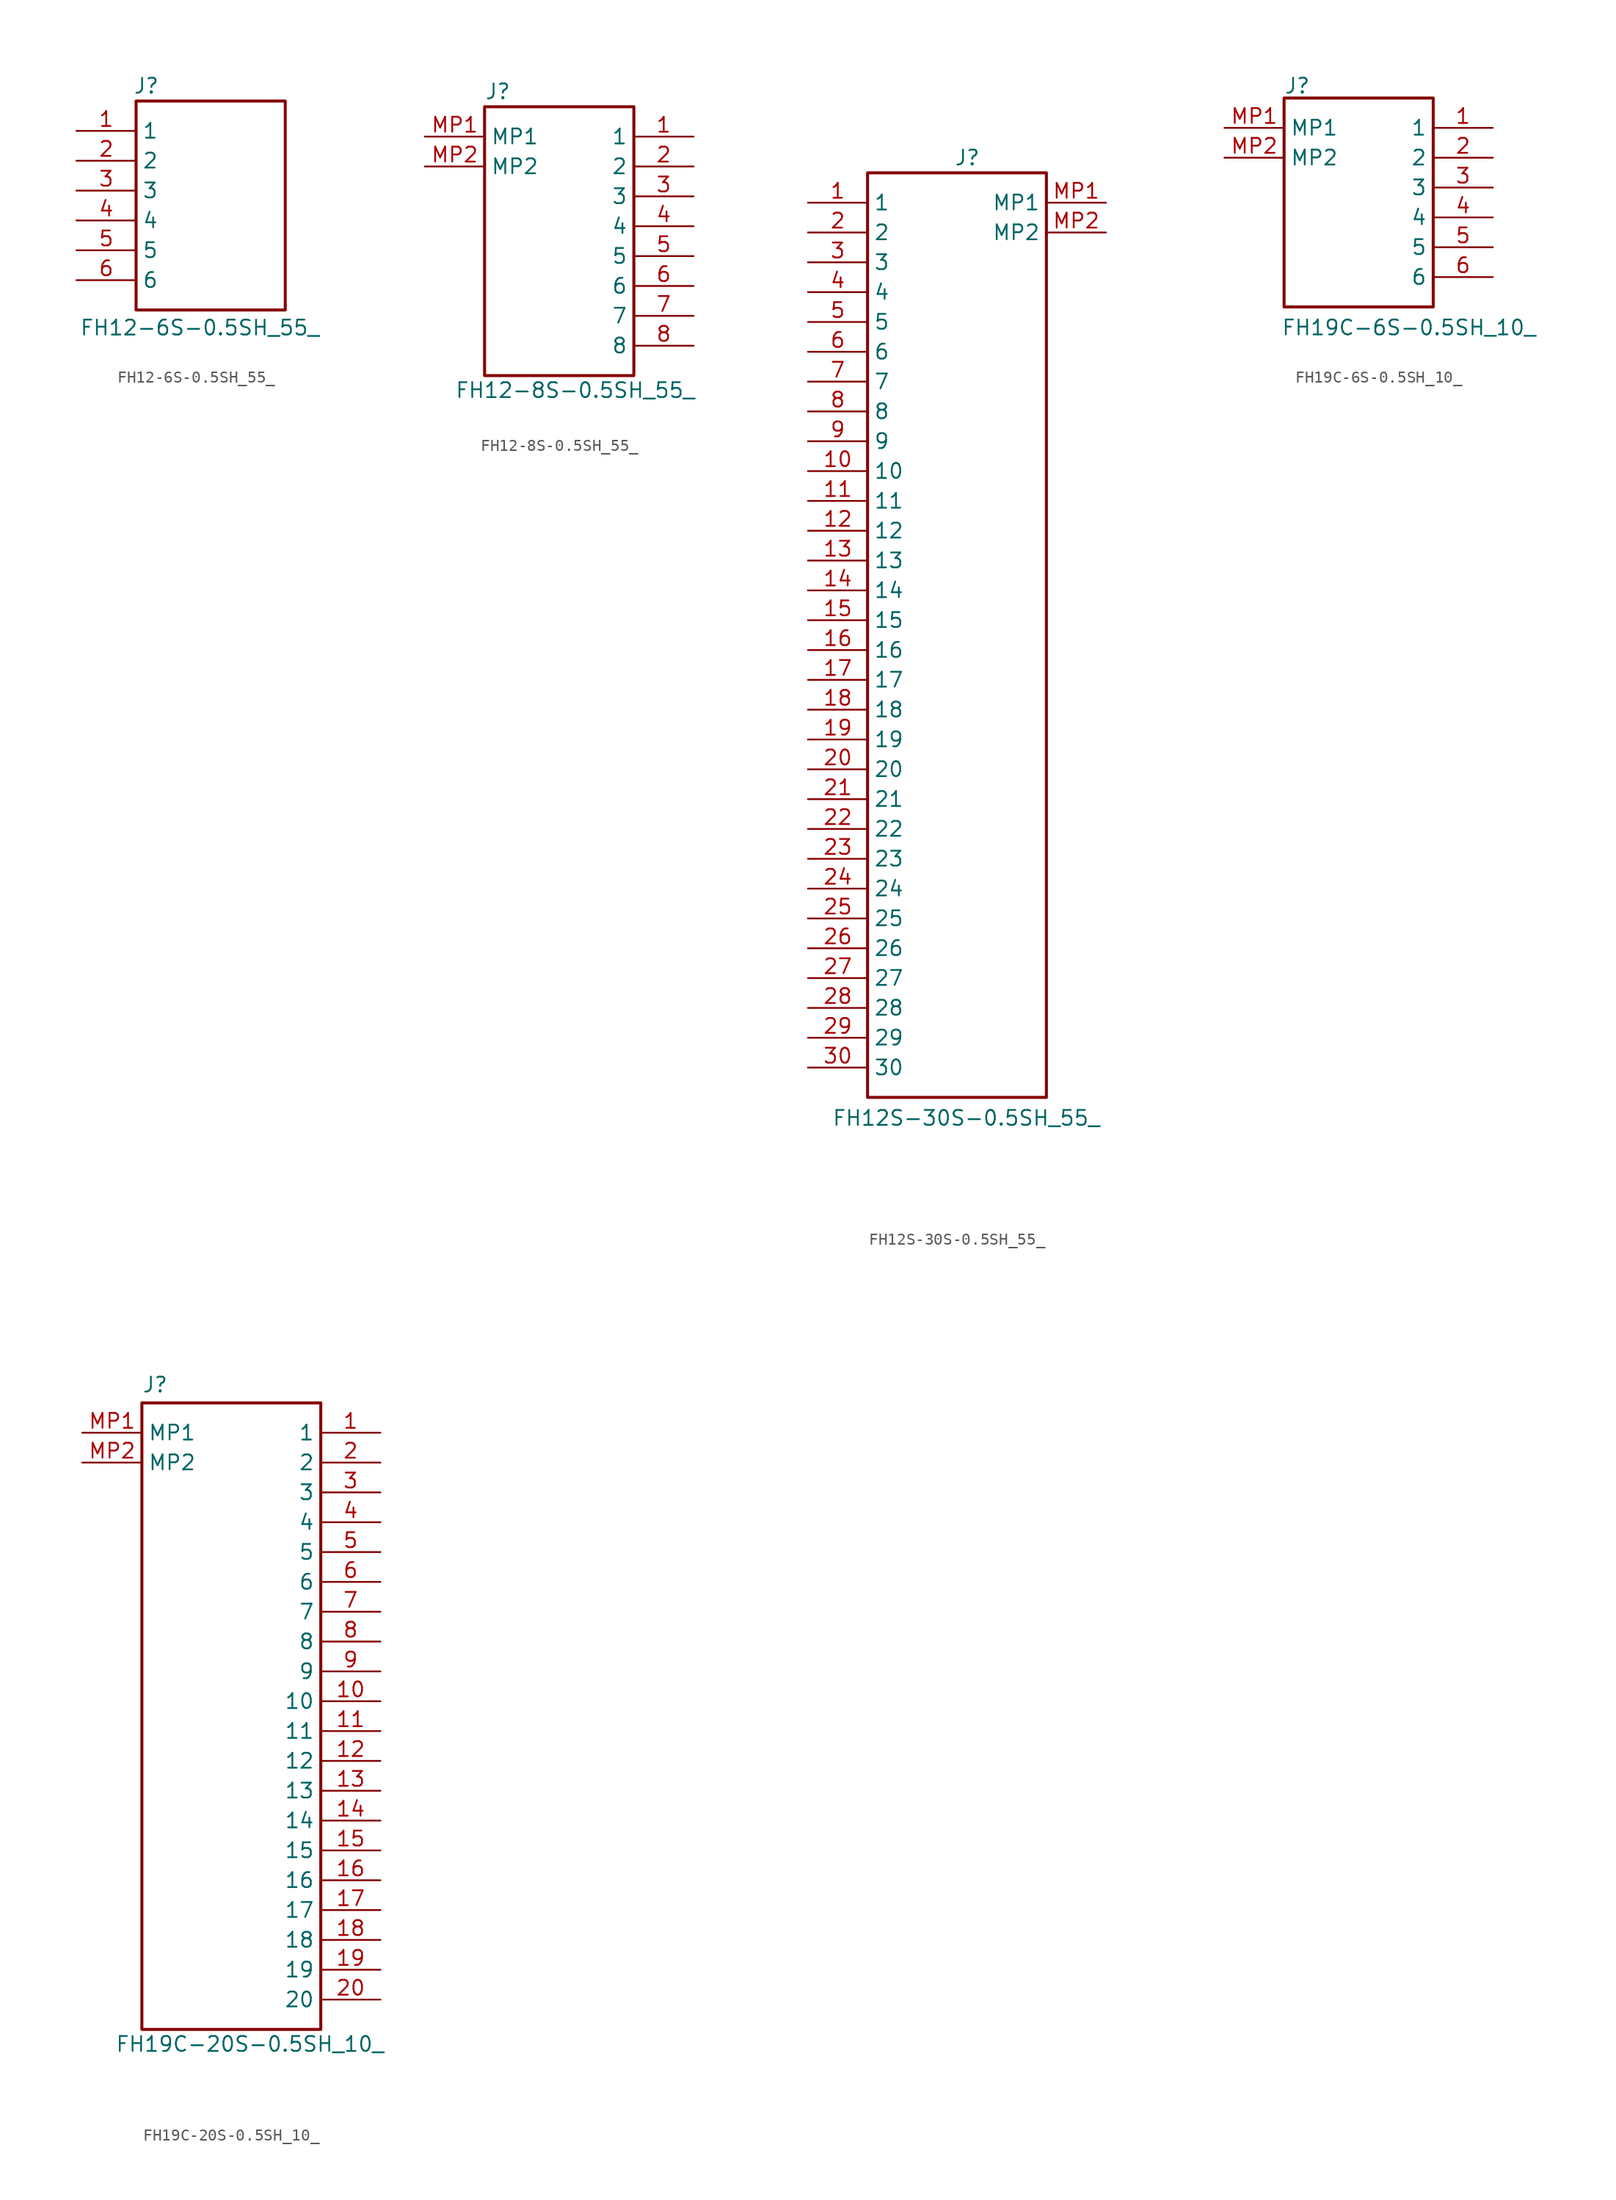
<source format=kicad_sym>
(kicad_symbol_lib
  (version 20241209)
  (generator "kicad_symbol_editor")
  (generator_version "9.0")
  (symbol "FH12-6S-0.5SH_55_"
    (property "Reference" "J"
      (at -6.604 10.922 0)
      (effects (font (size 1.27 1.27)) (justify left top)))
    (property "Value" "FH12-6S-0.5SH_55_"
      (at -11.176 -9.652 0)
      (effects (font (size 1.27 1.27)) (justify left top)))
    (symbol "FH12-6S-0.5SH_55__1_1"
      (rectangle (start -6.35 8.89) (end 6.35 -8.89) (stroke (width 0.254) (type default)) (fill (type none)))
      (pin passive line (at -11.43 6.35 0) (length 5.08) (name "1" (effects (font (size 1.27 1.27)))) (number "1" (effects (font (size 1.27 1.27)))))
      (pin passive line (at -11.43 3.81 0) (length 5.08) (name "2" (effects (font (size 1.27 1.27)))) (number "2" (effects (font (size 1.27 1.27)))))
      (pin passive line (at -11.43 1.27 0) (length 5.08) (name "3" (effects (font (size 1.27 1.27)))) (number "3" (effects (font (size 1.27 1.27)))))
      (pin passive line (at -11.43 -1.27 0) (length 5.08) (name "4" (effects (font (size 1.27 1.27)))) (number "4" (effects (font (size 1.27 1.27)))))
      (pin passive line (at -11.43 -3.81 0) (length 5.08) (name "5" (effects (font (size 1.27 1.27)))) (number "5" (effects (font (size 1.27 1.27)))))
      (pin passive line (at -11.43 -6.35 0) (length 5.08) (name "6" (effects (font (size 1.27 1.27)))) (number "6" (effects (font (size 1.27 1.27)))))))
  (symbol "FH12-8S-0.5SH_55_"
    (property "Reference" "J"
      (at -6.35 13.462 0)
      (effects (font (size 1.27 1.27)) (justify left top)))
    (property "Value" "FH12-8S-0.5SH_55_"
      (at -8.89 -11.938 0)
      (effects (font (size 1.27 1.27)) (justify left top)))
    (symbol "FH12-8S-0.5SH_55__1_1"
      (rectangle (start -6.35 11.43) (end 6.35 -11.43) (stroke (width 0.254) (type default)) (fill (type none)))
      (pin passive line (at -11.43 8.89 0) (length 5.08) (name "MP1" (effects (font (size 1.27 1.27)))) (number "MP1" (effects (font (size 1.27 1.27)))))
      (pin passive line (at -11.43 6.35 0) (length 5.08) (name "MP2" (effects (font (size 1.27 1.27)))) (number "MP2" (effects (font (size 1.27 1.27)))))
      (pin passive line (at 11.43 8.89 180) (length 5.08) (name "1" (effects (font (size 1.27 1.27)))) (number "1" (effects (font (size 1.27 1.27)))))
      (pin passive line (at 11.43 6.35 180) (length 5.08) (name "2" (effects (font (size 1.27 1.27)))) (number "2" (effects (font (size 1.27 1.27)))))
      (pin passive line (at 11.43 3.81 180) (length 5.08) (name "3" (effects (font (size 1.27 1.27)))) (number "3" (effects (font (size 1.27 1.27)))))
      (pin passive line (at 11.43 1.27 180) (length 5.08) (name "4" (effects (font (size 1.27 1.27)))) (number "4" (effects (font (size 1.27 1.27)))))
      (pin passive line (at 11.43 -1.27 180) (length 5.08) (name "5" (effects (font (size 1.27 1.27)))) (number "5" (effects (font (size 1.27 1.27)))))
      (pin passive line (at 11.43 -3.81 180) (length 5.08) (name "6" (effects (font (size 1.27 1.27)))) (number "6" (effects (font (size 1.27 1.27)))))
      (pin passive line (at 11.43 -6.35 180) (length 5.08) (name "7" (effects (font (size 1.27 1.27)))) (number "7" (effects (font (size 1.27 1.27)))))
      (pin passive line (at 11.43 -8.89 180) (length 5.08) (name "8" (effects (font (size 1.27 1.27)))) (number "8" (effects (font (size 1.27 1.27)))))))
  (symbol "FH12S-30S-0.5SH_55_"
    (property "Reference" "J"
      (at 12.446 4.572 0)
      (effects (font (size 1.27 1.27)) (justify left top)))
    (property "Value" "FH12S-30S-0.5SH_55_"
      (at 2.032 -77.216 0)
      (effects (font (size 1.27 1.27)) (justify left top)))
    (symbol "FH12S-30S-0.5SH_55__1_1"
      (rectangle (start 5.08 2.54) (end 20.32 -76.2) (stroke (width 0.254) (type default)) (fill (type none)))
      (pin passive line (at 0 0 0) (length 5.08) (name "1" (effects (font (size 1.27 1.27)))) (number "1" (effects (font (size 1.27 1.27)))))
      (pin passive line (at 0 -2.54 0) (length 5.08) (name "2" (effects (font (size 1.27 1.27)))) (number "2" (effects (font (size 1.27 1.27)))))
      (pin passive line (at 0 -5.08 0) (length 5.08) (name "3" (effects (font (size 1.27 1.27)))) (number "3" (effects (font (size 1.27 1.27)))))
      (pin passive line (at 0 -7.62 0) (length 5.08) (name "4" (effects (font (size 1.27 1.27)))) (number "4" (effects (font (size 1.27 1.27)))))
      (pin passive line (at 0 -10.16 0) (length 5.08) (name "5" (effects (font (size 1.27 1.27)))) (number "5" (effects (font (size 1.27 1.27)))))
      (pin passive line (at 0 -12.7 0) (length 5.08) (name "6" (effects (font (size 1.27 1.27)))) (number "6" (effects (font (size 1.27 1.27)))))
      (pin passive line (at 0 -15.24 0) (length 5.08) (name "7" (effects (font (size 1.27 1.27)))) (number "7" (effects (font (size 1.27 1.27)))))
      (pin passive line (at 0 -17.78 0) (length 5.08) (name "8" (effects (font (size 1.27 1.27)))) (number "8" (effects (font (size 1.27 1.27)))))
      (pin passive line (at 0 -20.32 0) (length 5.08) (name "9" (effects (font (size 1.27 1.27)))) (number "9" (effects (font (size 1.27 1.27)))))
      (pin passive line (at 0 -22.86 0) (length 5.08) (name "10" (effects (font (size 1.27 1.27)))) (number "10" (effects (font (size 1.27 1.27)))))
      (pin passive line (at 0 -25.4 0) (length 5.08) (name "11" (effects (font (size 1.27 1.27)))) (number "11" (effects (font (size 1.27 1.27)))))
      (pin passive line (at 0 -27.94 0) (length 5.08) (name "12" (effects (font (size 1.27 1.27)))) (number "12" (effects (font (size 1.27 1.27)))))
      (pin passive line (at 0 -30.48 0) (length 5.08) (name "13" (effects (font (size 1.27 1.27)))) (number "13" (effects (font (size 1.27 1.27)))))
      (pin passive line (at 0 -33.02 0) (length 5.08) (name "14" (effects (font (size 1.27 1.27)))) (number "14" (effects (font (size 1.27 1.27)))))
      (pin passive line (at 0 -35.56 0) (length 5.08) (name "15" (effects (font (size 1.27 1.27)))) (number "15" (effects (font (size 1.27 1.27)))))
      (pin passive line (at 0 -38.1 0) (length 5.08) (name "16" (effects (font (size 1.27 1.27)))) (number "16" (effects (font (size 1.27 1.27)))))
      (pin passive line (at 0 -40.64 0) (length 5.08) (name "17" (effects (font (size 1.27 1.27)))) (number "17" (effects (font (size 1.27 1.27)))))
      (pin passive line (at 0 -43.18 0) (length 5.08) (name "18" (effects (font (size 1.27 1.27)))) (number "18" (effects (font (size 1.27 1.27)))))
      (pin passive line (at 0 -45.72 0) (length 5.08) (name "19" (effects (font (size 1.27 1.27)))) (number "19" (effects (font (size 1.27 1.27)))))
      (pin passive line (at 0 -48.26 0) (length 5.08) (name "20" (effects (font (size 1.27 1.27)))) (number "20" (effects (font (size 1.27 1.27)))))
      (pin passive line (at 0 -50.8 0) (length 5.08) (name "21" (effects (font (size 1.27 1.27)))) (number "21" (effects (font (size 1.27 1.27)))))
      (pin passive line (at 0 -53.34 0) (length 5.08) (name "22" (effects (font (size 1.27 1.27)))) (number "22" (effects (font (size 1.27 1.27)))))
      (pin passive line (at 0 -55.88 0) (length 5.08) (name "23" (effects (font (size 1.27 1.27)))) (number "23" (effects (font (size 1.27 1.27)))))
      (pin passive line (at 0 -58.42 0) (length 5.08) (name "24" (effects (font (size 1.27 1.27)))) (number "24" (effects (font (size 1.27 1.27)))))
      (pin passive line (at 0 -60.96 0) (length 5.08) (name "25" (effects (font (size 1.27 1.27)))) (number "25" (effects (font (size 1.27 1.27)))))
      (pin passive line (at 0 -63.5 0) (length 5.08) (name "26" (effects (font (size 1.27 1.27)))) (number "26" (effects (font (size 1.27 1.27)))))
      (pin passive line (at 0 -66.04 0) (length 5.08) (name "27" (effects (font (size 1.27 1.27)))) (number "27" (effects (font (size 1.27 1.27)))))
      (pin passive line (at 0 -68.58 0) (length 5.08) (name "28" (effects (font (size 1.27 1.27)))) (number "28" (effects (font (size 1.27 1.27)))))
      (pin passive line (at 0 -71.12 0) (length 5.08) (name "29" (effects (font (size 1.27 1.27)))) (number "29" (effects (font (size 1.27 1.27)))))
      (pin passive line (at 0 -73.66 0) (length 5.08) (name "30" (effects (font (size 1.27 1.27)))) (number "30" (effects (font (size 1.27 1.27)))))
      (pin passive line (at 25.4 0 180) (length 5.08) (name "MP1" (effects (font (size 1.27 1.27)))) (number "MP1" (effects (font (size 1.27 1.27)))))
      (pin passive line (at 25.4 -2.54 180) (length 5.08) (name "MP2" (effects (font (size 1.27 1.27)))) (number "MP2" (effects (font (size 1.27 1.27)))))))
  (symbol "FH19C-6S-0.5SH_10_"
    (property "Reference" "J"
      (at -6.35 10.668 0)
      (effects (font (size 1.27 1.27)) (justify left top)))
    (property "Value" "FH19C-6S-0.5SH_10_"
      (at -6.604 -9.906 0)
      (effects (font (size 1.27 1.27)) (justify left top)))
    (symbol "FH19C-6S-0.5SH_10__1_1"
      (rectangle (start -6.35 8.89) (end 6.35 -8.89) (stroke (width 0.254) (type default)) (fill (type none)))
      (pin passive line (at -11.43 6.35 0) (length 5.08) (name "MP1" (effects (font (size 1.27 1.27)))) (number "MP1" (effects (font (size 1.27 1.27)))))
      (pin passive line (at -11.43 3.81 0) (length 5.08) (name "MP2" (effects (font (size 1.27 1.27)))) (number "MP2" (effects (font (size 1.27 1.27)))))
      (pin passive line (at 11.43 6.35 180) (length 5.08) (name "1" (effects (font (size 1.27 1.27)))) (number "1" (effects (font (size 1.27 1.27)))))
      (pin passive line (at 11.43 3.81 180) (length 5.08) (name "2" (effects (font (size 1.27 1.27)))) (number "2" (effects (font (size 1.27 1.27)))))
      (pin passive line (at 11.43 1.27 180) (length 5.08) (name "3" (effects (font (size 1.27 1.27)))) (number "3" (effects (font (size 1.27 1.27)))))
      (pin passive line (at 11.43 -1.27 180) (length 5.08) (name "4" (effects (font (size 1.27 1.27)))) (number "4" (effects (font (size 1.27 1.27)))))
      (pin passive line (at 11.43 -3.81 180) (length 5.08) (name "5" (effects (font (size 1.27 1.27)))) (number "5" (effects (font (size 1.27 1.27)))))
      (pin passive line (at 11.43 -6.35 180) (length 5.08) (name "6" (effects (font (size 1.27 1.27)))) (number "6" (effects (font (size 1.27 1.27)))))))
  (symbol "FH19C-20S-0.5SH_10_"
    (property "Reference" "J"
      (at -7.62 28.956 0)
      (effects (font (size 1.27 1.27)) (justify left top)))
    (property "Value" "FH19C-20S-0.5SH_10_"
      (at -9.906 -27.178 0)
      (effects (font (size 1.27 1.27)) (justify left top)))
    (symbol "FH19C-20S-0.5SH_10__1_1"
      (rectangle (start -7.62 26.67) (end 7.62 -26.67) (stroke (width 0.254) (type default)) (fill (type none)))
      (pin passive line (at -12.7 24.13 0) (length 5.08) (name "MP1" (effects (font (size 1.27 1.27)))) (number "MP1" (effects (font (size 1.27 1.27)))))
      (pin passive line (at -12.7 21.59 0) (length 5.08) (name "MP2" (effects (font (size 1.27 1.27)))) (number "MP2" (effects (font (size 1.27 1.27)))))
      (pin passive line (at 12.7 24.13 180) (length 5.08) (name "1" (effects (font (size 1.27 1.27)))) (number "1" (effects (font (size 1.27 1.27)))))
      (pin passive line (at 12.7 21.59 180) (length 5.08) (name "2" (effects (font (size 1.27 1.27)))) (number "2" (effects (font (size 1.27 1.27)))))
      (pin passive line (at 12.7 19.05 180) (length 5.08) (name "3" (effects (font (size 1.27 1.27)))) (number "3" (effects (font (size 1.27 1.27)))))
      (pin passive line (at 12.7 16.51 180) (length 5.08) (name "4" (effects (font (size 1.27 1.27)))) (number "4" (effects (font (size 1.27 1.27)))))
      (pin passive line (at 12.7 13.97 180) (length 5.08) (name "5" (effects (font (size 1.27 1.27)))) (number "5" (effects (font (size 1.27 1.27)))))
      (pin passive line (at 12.7 11.43 180) (length 5.08) (name "6" (effects (font (size 1.27 1.27)))) (number "6" (effects (font (size 1.27 1.27)))))
      (pin passive line (at 12.7 8.89 180) (length 5.08) (name "7" (effects (font (size 1.27 1.27)))) (number "7" (effects (font (size 1.27 1.27)))))
      (pin passive line (at 12.7 6.35 180) (length 5.08) (name "8" (effects (font (size 1.27 1.27)))) (number "8" (effects (font (size 1.27 1.27)))))
      (pin passive line (at 12.7 3.81 180) (length 5.08) (name "9" (effects (font (size 1.27 1.27)))) (number "9" (effects (font (size 1.27 1.27)))))
      (pin passive line (at 12.7 1.27 180) (length 5.08) (name "10" (effects (font (size 1.27 1.27)))) (number "10" (effects (font (size 1.27 1.27)))))
      (pin passive line (at 12.7 -1.27 180) (length 5.08) (name "11" (effects (font (size 1.27 1.27)))) (number "11" (effects (font (size 1.27 1.27)))))
      (pin passive line (at 12.7 -3.81 180) (length 5.08) (name "12" (effects (font (size 1.27 1.27)))) (number "12" (effects (font (size 1.27 1.27)))))
      (pin passive line (at 12.7 -6.35 180) (length 5.08) (name "13" (effects (font (size 1.27 1.27)))) (number "13" (effects (font (size 1.27 1.27)))))
      (pin passive line (at 12.7 -8.89 180) (length 5.08) (name "14" (effects (font (size 1.27 1.27)))) (number "14" (effects (font (size 1.27 1.27)))))
      (pin passive line (at 12.7 -11.43 180) (length 5.08) (name "15" (effects (font (size 1.27 1.27)))) (number "15" (effects (font (size 1.27 1.27)))))
      (pin passive line (at 12.7 -13.97 180) (length 5.08) (name "16" (effects (font (size 1.27 1.27)))) (number "16" (effects (font (size 1.27 1.27)))))
      (pin passive line (at 12.7 -16.51 180) (length 5.08) (name "17" (effects (font (size 1.27 1.27)))) (number "17" (effects (font (size 1.27 1.27)))))
      (pin passive line (at 12.7 -19.05 180) (length 5.08) (name "18" (effects (font (size 1.27 1.27)))) (number "18" (effects (font (size 1.27 1.27)))))
      (pin passive line (at 12.7 -21.59 180) (length 5.08) (name "19" (effects (font (size 1.27 1.27)))) (number "19" (effects (font (size 1.27 1.27)))))
      (pin passive line (at 12.7 -24.13 180) (length 5.08) (name "20" (effects (font (size 1.27 1.27)))) (number "20" (effects (font (size 1.27 1.27))))))))
</source>
